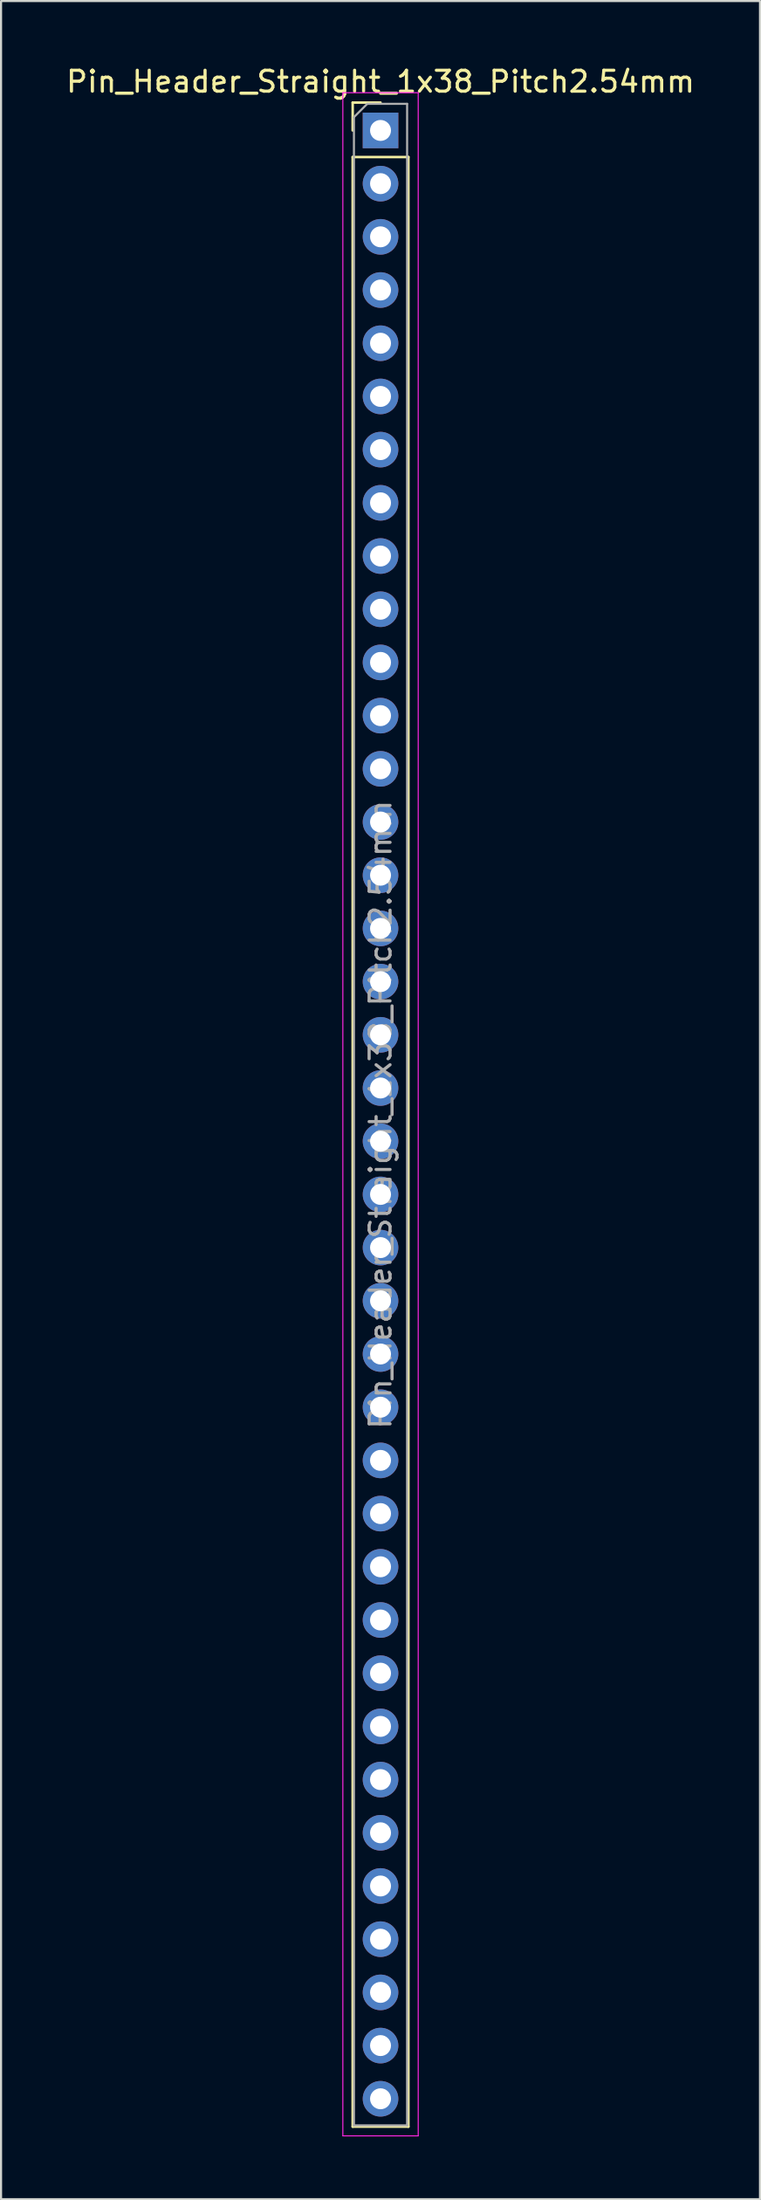
<source format=kicad_pcb>
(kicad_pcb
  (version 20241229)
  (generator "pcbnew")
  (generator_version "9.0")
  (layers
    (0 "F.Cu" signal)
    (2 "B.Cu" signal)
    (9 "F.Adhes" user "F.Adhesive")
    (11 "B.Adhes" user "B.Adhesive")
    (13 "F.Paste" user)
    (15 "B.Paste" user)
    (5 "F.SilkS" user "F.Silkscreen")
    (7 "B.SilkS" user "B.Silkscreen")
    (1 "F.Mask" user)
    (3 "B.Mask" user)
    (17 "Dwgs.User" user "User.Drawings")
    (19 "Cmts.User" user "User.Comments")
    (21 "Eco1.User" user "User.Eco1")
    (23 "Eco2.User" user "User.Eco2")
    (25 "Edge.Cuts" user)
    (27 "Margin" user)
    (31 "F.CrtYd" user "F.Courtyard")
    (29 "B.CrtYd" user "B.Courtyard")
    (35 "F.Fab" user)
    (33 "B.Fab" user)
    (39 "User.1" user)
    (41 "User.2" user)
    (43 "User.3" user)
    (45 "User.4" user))
  (footprint "Pin_Header_Straight_1x38_Pitch2.54mm"
    (layer "F.Cu")
    (at 15.125 3.178)
    (property "Reference" "Pin_Header_Straight_1x38_Pitch2.54mm" (at 0 -2.33 0) (layer "F.SilkS") (effects (font (size 1 1) (thickness 0.15))))
    (attr through_hole)
    (fp_line (start -1.33 -1.33) (end 0 -1.33) (stroke (width 0.12) (type solid)) (layer "F.SilkS"))
    (fp_line (start -1.33 0) (end -1.33 -1.33) (stroke (width 0.12) (type solid)) (layer "F.SilkS"))
    (fp_line (start -1.33 1.27) (end -1.33 95.31) (stroke (width 0.12) (type solid)) (layer "F.SilkS"))
    (fp_line (start -1.33 1.27) (end 1.33 1.27) (stroke (width 0.12) (type solid)) (layer "F.SilkS"))
    (fp_line (start -1.33 95.31) (end 1.33 95.31) (stroke (width 0.12) (type solid)) (layer "F.SilkS"))
    (fp_line (start 1.33 1.27) (end 1.33 95.31) (stroke (width 0.12) (type solid)) (layer "F.SilkS"))
    (fp_line (start -1.8 -1.8) (end -1.8 95.75) (stroke (width 0.05) (type solid)) (layer "F.CrtYd"))
    (fp_line (start -1.8 95.75) (end 1.8 95.75) (stroke (width 0.05) (type solid)) (layer "F.CrtYd"))
    (fp_line (start 1.8 -1.8) (end -1.8 -1.8) (stroke (width 0.05) (type solid)) (layer "F.CrtYd"))
    (fp_line (start 1.8 95.75) (end 1.8 -1.8) (stroke (width 0.05) (type solid)) (layer "F.CrtYd"))
    (fp_line (start -1.27 -0.635) (end -0.635 -1.27) (stroke (width 0.1) (type solid)) (layer "F.Fab"))
    (fp_line (start -1.27 95.25) (end -1.27 -0.635) (stroke (width 0.1) (type solid)) (layer "F.Fab"))
    (fp_line (start -0.635 -1.27) (end 1.27 -1.27) (stroke (width 0.1) (type solid)) (layer "F.Fab"))
    (fp_line (start 1.27 -1.27) (end 1.27 95.25) (stroke (width 0.1) (type solid)) (layer "F.Fab"))
    (fp_line (start 1.27 95.25) (end -1.27 95.25) (stroke (width 0.1) (type solid)) (layer "F.Fab"))
    (fp_text user "${REFERENCE}" (at 0 46.99 90) (layer "F.Fab") (effects (font (size 1 1) (thickness 0.15))))
    (pad "1" thru_hole rect (at 0 0) (size 1.7 1.7) (drill 1) (layers "*.Cu" "*.Mask"))
    (pad "2" thru_hole oval (at 0 2.54) (size 1.7 1.7) (drill 1) (layers "*.Cu" "*.Mask"))
    (pad "3" thru_hole oval (at 0 5.08) (size 1.7 1.7) (drill 1) (layers "*.Cu" "*.Mask"))
    (pad "4" thru_hole oval (at 0 7.62) (size 1.7 1.7) (drill 1) (layers "*.Cu" "*.Mask"))
    (pad "5" thru_hole oval (at 0 10.16) (size 1.7 1.7) (drill 1) (layers "*.Cu" "*.Mask"))
    (pad "6" thru_hole oval (at 0 12.7) (size 1.7 1.7) (drill 1) (layers "*.Cu" "*.Mask"))
    (pad "7" thru_hole oval (at 0 15.24) (size 1.7 1.7) (drill 1) (layers "*.Cu" "*.Mask"))
    (pad "8" thru_hole oval (at 0 17.78) (size 1.7 1.7) (drill 1) (layers "*.Cu" "*.Mask"))
    (pad "9" thru_hole oval (at 0 20.32) (size 1.7 1.7) (drill 1) (layers "*.Cu" "*.Mask"))
    (pad "10" thru_hole oval (at 0 22.86) (size 1.7 1.7) (drill 1) (layers "*.Cu" "*.Mask"))
    (pad "11" thru_hole oval (at 0 25.4) (size 1.7 1.7) (drill 1) (layers "*.Cu" "*.Mask"))
    (pad "12" thru_hole oval (at 0 27.94) (size 1.7 1.7) (drill 1) (layers "*.Cu" "*.Mask"))
    (pad "13" thru_hole oval (at 0 30.48) (size 1.7 1.7) (drill 1) (layers "*.Cu" "*.Mask"))
    (pad "14" thru_hole oval (at 0 33.02) (size 1.7 1.7) (drill 1) (layers "*.Cu" "*.Mask"))
    (pad "15" thru_hole oval (at 0 35.56) (size 1.7 1.7) (drill 1) (layers "*.Cu" "*.Mask"))
    (pad "16" thru_hole oval (at 0 38.1) (size 1.7 1.7) (drill 1) (layers "*.Cu" "*.Mask"))
    (pad "17" thru_hole oval (at 0 40.64) (size 1.7 1.7) (drill 1) (layers "*.Cu" "*.Mask"))
    (pad "18" thru_hole oval (at 0 43.18) (size 1.7 1.7) (drill 1) (layers "*.Cu" "*.Mask"))
    (pad "19" thru_hole oval (at 0 45.72) (size 1.7 1.7) (drill 1) (layers "*.Cu" "*.Mask"))
    (pad "20" thru_hole oval (at 0 48.26) (size 1.7 1.7) (drill 1) (layers "*.Cu" "*.Mask"))
    (pad "21" thru_hole oval (at 0 50.8) (size 1.7 1.7) (drill 1) (layers "*.Cu" "*.Mask"))
    (pad "22" thru_hole oval (at 0 53.34) (size 1.7 1.7) (drill 1) (layers "*.Cu" "*.Mask"))
    (pad "23" thru_hole oval (at 0 55.88) (size 1.7 1.7) (drill 1) (layers "*.Cu" "*.Mask"))
    (pad "24" thru_hole oval (at 0 58.42) (size 1.7 1.7) (drill 1) (layers "*.Cu" "*.Mask"))
    (pad "25" thru_hole oval (at 0 60.96) (size 1.7 1.7) (drill 1) (layers "*.Cu" "*.Mask"))
    (pad "26" thru_hole oval (at 0 63.5) (size 1.7 1.7) (drill 1) (layers "*.Cu" "*.Mask"))
    (pad "27" thru_hole oval (at 0 66.04) (size 1.7 1.7) (drill 1) (layers "*.Cu" "*.Mask"))
    (pad "28" thru_hole oval (at 0 68.58) (size 1.7 1.7) (drill 1) (layers "*.Cu" "*.Mask"))
    (pad "29" thru_hole oval (at 0 71.12) (size 1.7 1.7) (drill 1) (layers "*.Cu" "*.Mask"))
    (pad "30" thru_hole oval (at 0 73.66) (size 1.7 1.7) (drill 1) (layers "*.Cu" "*.Mask"))
    (pad "31" thru_hole oval (at 0 76.2) (size 1.7 1.7) (drill 1) (layers "*.Cu" "*.Mask"))
    (pad "32" thru_hole oval (at 0 78.74) (size 1.7 1.7) (drill 1) (layers "*.Cu" "*.Mask"))
    (pad "33" thru_hole oval (at 0 81.28) (size 1.7 1.7) (drill 1) (layers "*.Cu" "*.Mask"))
    (pad "34" thru_hole oval (at 0 83.82) (size 1.7 1.7) (drill 1) (layers "*.Cu" "*.Mask"))
    (pad "35" thru_hole oval (at 0 86.36) (size 1.7 1.7) (drill 1) (layers "*.Cu" "*.Mask"))
    (pad "36" thru_hole oval (at 0 88.9) (size 1.7 1.7) (drill 1) (layers "*.Cu" "*.Mask"))
    (pad "37" thru_hole oval (at 0 91.44) (size 1.7 1.7) (drill 1) (layers "*.Cu" "*.Mask"))
    (pad "38" thru_hole oval (at 0 93.98) (size 1.7 1.7) (drill 1) (layers "*.Cu" "*.Mask")))
  (gr_rect
    (start -3 -3)
    (end 33.25 101.953)
    (stroke (width 0.1) (type default))
    (fill no)
    (layer "Edge.Cuts")))
</source>
